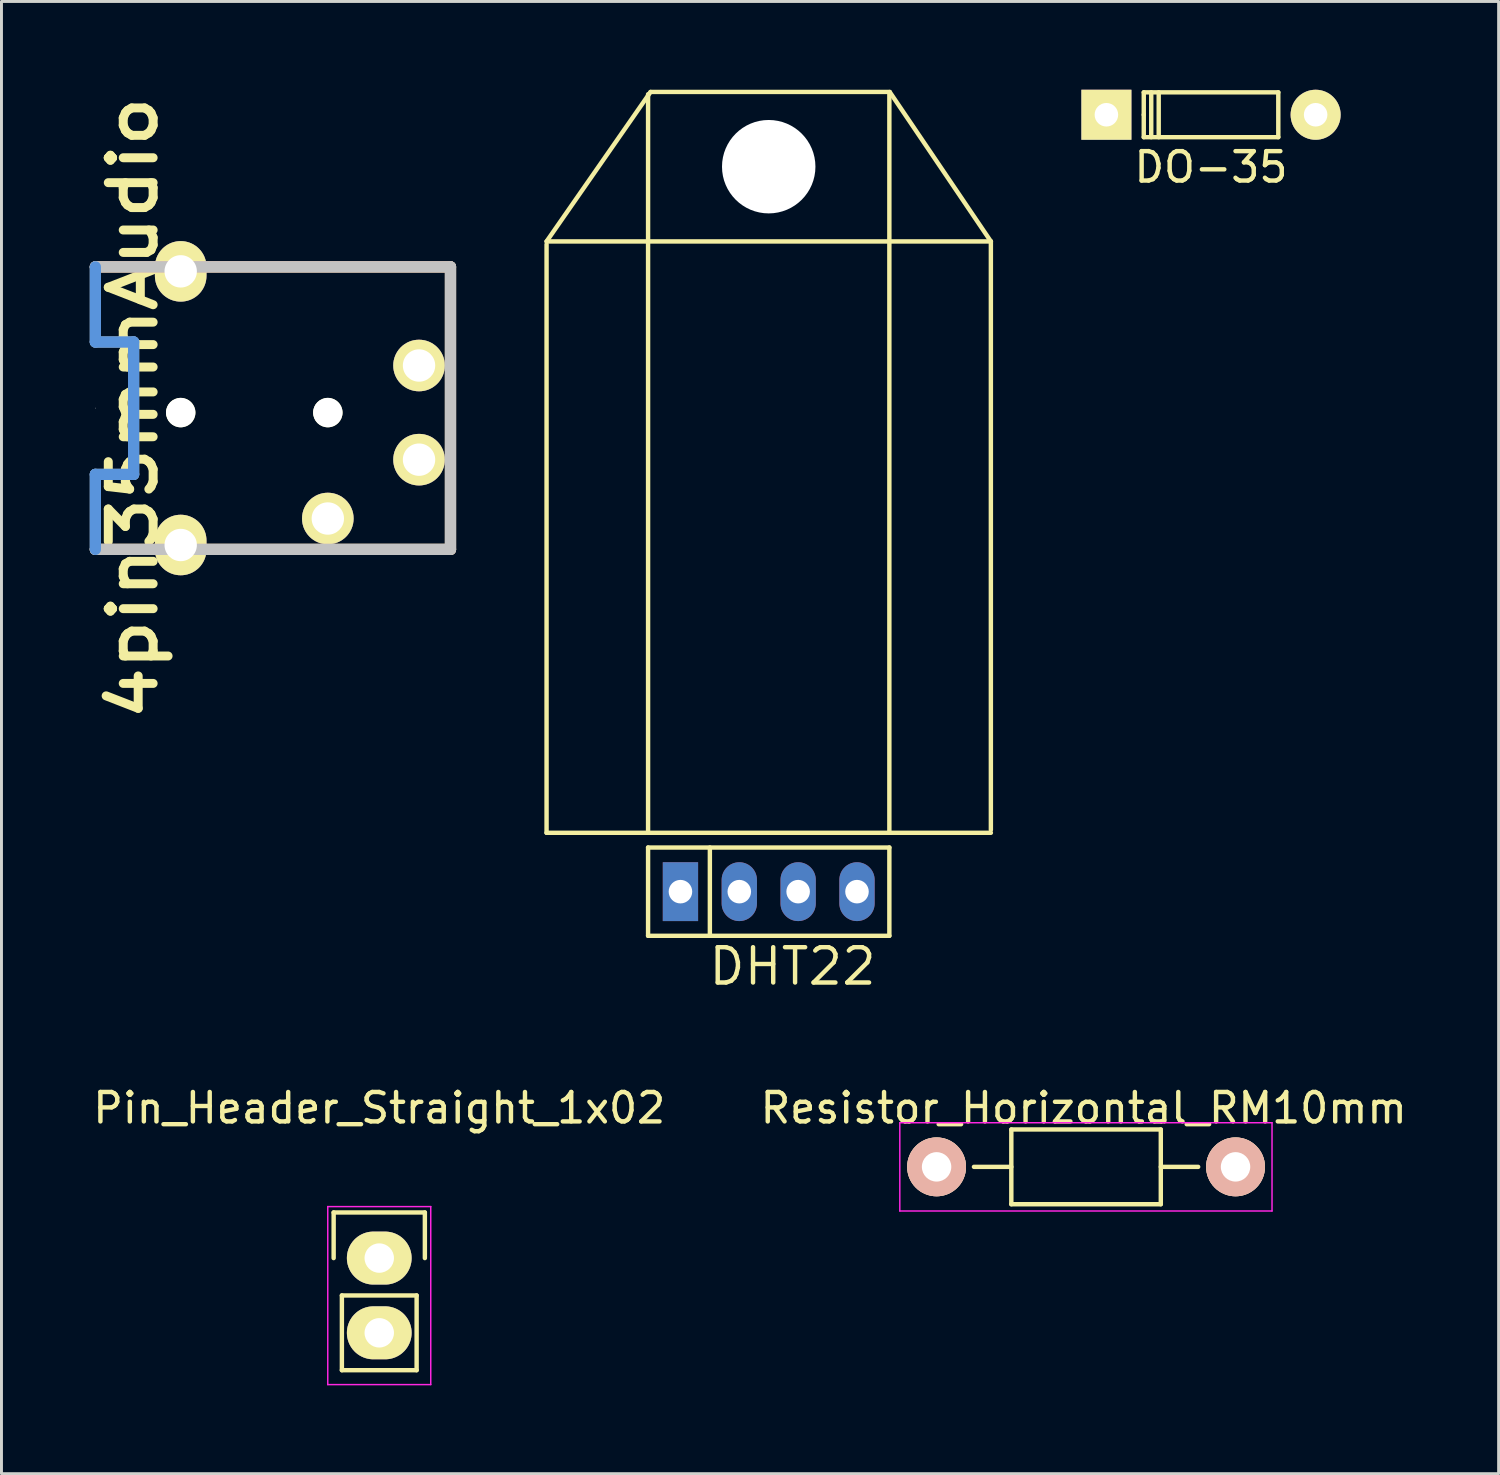
<source format=kicad_pcb>
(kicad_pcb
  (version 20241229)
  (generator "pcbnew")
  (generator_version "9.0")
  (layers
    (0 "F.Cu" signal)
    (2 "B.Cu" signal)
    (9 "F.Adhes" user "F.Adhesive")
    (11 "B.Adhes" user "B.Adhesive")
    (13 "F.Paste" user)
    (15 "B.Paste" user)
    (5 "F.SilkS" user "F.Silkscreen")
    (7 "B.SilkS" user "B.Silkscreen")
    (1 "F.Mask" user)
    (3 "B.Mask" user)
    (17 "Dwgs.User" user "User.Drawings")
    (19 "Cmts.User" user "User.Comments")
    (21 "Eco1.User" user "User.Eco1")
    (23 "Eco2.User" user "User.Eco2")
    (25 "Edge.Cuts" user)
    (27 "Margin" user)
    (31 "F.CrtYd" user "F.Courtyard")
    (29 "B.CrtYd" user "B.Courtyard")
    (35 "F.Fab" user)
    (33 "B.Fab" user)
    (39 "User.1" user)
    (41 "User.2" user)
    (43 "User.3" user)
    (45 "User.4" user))
  (footprint "4pin35mmAudio"
    (layer "F.Cu")
    (at 3.091 6.172)
    (property "Reference" "4pin35mmAudio" (at -1.626 4.648 90) (layer "F.SilkS") (effects (font (size 1.524 1.778) (thickness 0.305))))
    (attr through_hole)
    (fp_line (start -2.9 -0.152) (end 9.169 -0.152) (stroke (width 0.381) (type solid)) (layer "F.SilkS"))
    (fp_line (start 9.169 -0.152) (end 9.169 9.449) (stroke (width 0.381) (type solid)) (layer "F.SilkS"))
    (fp_line (start 9.169 9.449) (end -2.9 9.449) (stroke (width 0.381) (type solid)) (layer "F.SilkS"))
    (fp_line (start -2.9 -0.152) (end 9.169 -0.152) (stroke (width 0.381) (type solid)) (layer "B.SilkS"))
    (fp_line (start 9.169 -0.152) (end 9.169 9.449) (stroke (width 0.381) (type solid)) (layer "B.SilkS"))
    (fp_line (start 9.169 9.449) (end -2.9 9.449) (stroke (width 0.381) (type solid)) (layer "B.SilkS"))
    (fp_line (start -2.9 -0.152) (end -2.9 2.4) (stroke (width 0.381) (type solid)) (layer "Dwgs.User"))
    (fp_line (start -2.9 2.4) (end -1.6 2.4) (stroke (width 0.381) (type solid)) (layer "Dwgs.User"))
    (fp_line (start -2.9 4.648) (end -2.9 4.648) (stroke (width 0.025) (type solid)) (layer "Dwgs.User"))
    (fp_line (start -2.9 6.9) (end -2.9 9.449) (stroke (width 0.381) (type solid)) (layer "Dwgs.User"))
    (fp_line (start -2.9 9.449) (end 9.169 9.449) (stroke (width 0.381) (type solid)) (layer "Dwgs.User"))
    (fp_line (start -1.6 2.4) (end -1.6 6.9) (stroke (width 0.381) (type solid)) (layer "Dwgs.User"))
    (fp_line (start -1.6 6.9) (end -2.9 6.9) (stroke (width 0.381) (type solid)) (layer "Dwgs.User"))
    (fp_line (start 9.169 -0.152) (end -2.9 -0.152) (stroke (width 0.381) (type solid)) (layer "Dwgs.User"))
    (fp_line (start 9.169 9.449) (end 9.169 -0.152) (stroke (width 0.381) (type solid)) (layer "Dwgs.User"))
    (fp_line (start -2.9 2.4) (end -2.9 -0.152) (stroke (width 0.381) (type solid)) (layer "Cmts.User"))
    (fp_line (start -2.9 2.4) (end -1.6 2.4) (stroke (width 0.381) (type solid)) (layer "Cmts.User"))
    (fp_line (start -2.9 9.449) (end -2.9 6.9) (stroke (width 0.381) (type solid)) (layer "Cmts.User"))
    (fp_line (start -1.6 2.4) (end -1.6 6.9) (stroke (width 0.381) (type solid)) (layer "Cmts.User"))
    (fp_line (start -1.6 6.9) (end -2.9 6.9) (stroke (width 0.381) (type solid)) (layer "Cmts.User"))
    (pad "" np_thru_hole circle (at 0 4.8) (size 1 1) (drill 1) (layers "*.Cu" "*.Mask" "F.SilkS"))
    (pad "" np_thru_hole circle (at 5 4.8) (size 1 1) (drill 1) (layers "*.Cu" "*.Mask" "F.SilkS"))
    (pad "1" thru_hole oval (at 0 0) (size 1.753 2.057) (drill 1.1) (layers "*.Cu" "*.Mask" "F.SilkS"))
    (pad "2" thru_hole circle (at 5 8.4) (size 1.753 1.753) (drill 1.1) (layers "*.Cu" "*.Mask" "F.SilkS"))
    (pad "3" thru_hole circle (at 8.1 3.2) (size 1.753 1.753) (drill 1.1) (layers "*.Cu" "*.Mask" "F.SilkS"))
    (pad "4" thru_hole oval (at 0 9.3) (size 1.753 2.057) (drill 1.1) (layers "*.Cu" "*.Mask" "F.SilkS"))
    (pad "5" thru_hole circle (at 8.1 6.4) (size 1.753 1.753) (drill 1.1) (layers "*.Cu" "*.Mask" "F.SilkS")))
  (footprint "DHT22"
    (layer "F.Cu")
    (at 20.075 27.253)
    (property "Reference" "DHT22" (at 3.81 2.54 0) (layer "F.SilkS") (effects (font (size 1.2 1.2) (thickness 0.15))))
    (attr through_hole)
    (fp_line (start -4.55 -22.098) (end -1.016 -27.178) (stroke (width 0.15) (type solid)) (layer "F.SilkS"))
    (fp_line (start -4.55 -22.098) (end 10.55 -22.098) (stroke (width 0.15) (type solid)) (layer "F.SilkS"))
    (fp_line (start -4.55 -2) (end -4.55 -22) (stroke (width 0.15) (type solid)) (layer "F.SilkS"))
    (fp_line (start -4.55 -2) (end 10.55 -2) (stroke (width 0.15) (type solid)) (layer "F.SilkS"))
    (fp_line (start -1.1 -2) (end -1.1 -27.1) (stroke (width 0.15) (type solid)) (layer "F.SilkS"))
    (fp_line (start -1.1 -1.5) (end 7.1 -1.5) (stroke (width 0.15) (type solid)) (layer "F.SilkS"))
    (fp_line (start -1.1 1.5) (end -1.1 -1.5) (stroke (width 0.15) (type solid)) (layer "F.SilkS"))
    (fp_line (start -1.016 -27.178) (end 7.112 -27.178) (stroke (width 0.15) (type solid)) (layer "F.SilkS"))
    (fp_line (start 1 -1.5) (end 1 1.5) (stroke (width 0.15) (type solid)) (layer "F.SilkS"))
    (fp_line (start 7.1 -2) (end 7.1 -27.1) (stroke (width 0.15) (type solid)) (layer "F.SilkS"))
    (fp_line (start 7.1 -1.5) (end 7.1 1.5) (stroke (width 0.15) (type solid)) (layer "F.SilkS"))
    (fp_line (start 7.1 1.5) (end -1.1 1.5) (stroke (width 0.15) (type solid)) (layer "F.SilkS"))
    (fp_line (start 7.112 -27.178) (end 10.55 -22.098) (stroke (width 0.15) (type solid)) (layer "F.SilkS"))
    (fp_line (start 10.55 -2.098) (end 10.55 -22.098) (stroke (width 0.15) (type solid)) (layer "F.SilkS"))
    (pad "" np_thru_hole circle (at 3 -24.638) (size 3.175 3.175) (drill 3.175) (layers "*.Cu" "*.Mask"))
    (pad "1" thru_hole rect (at 0 0) (size 1.2 2) (drill 0.8) (layers "*.Cu" "*.Mask"))
    (pad "2" thru_hole oval (at 2 0) (size 1.2 2) (drill 0.8) (layers "*.Cu" "*.Mask"))
    (pad "3" thru_hole oval (at 4 0) (size 1.2 2) (drill 0.8) (layers "*.Cu" "*.Mask"))
    (pad "4" thru_hole oval (at 6 0) (size 1.2 2) (drill 0.8) (layers "*.Cu" "*.Mask")))
  (footprint "Resistor_Horizontal_RM10mm"
    (layer "F.Cu")
    (at 28.78 36.606)
    (property "Reference" "Resistor_Horizontal_RM10mm" (at 5 -2 0) (layer "F.SilkS") (effects (font (size 1 1) (thickness 0.15))))
    (attr through_hole)
    (fp_line (start 2.54 -1.27) (end 7.62 -1.27) (stroke (width 0.15) (type solid)) (layer "F.SilkS"))
    (fp_line (start 2.54 0) (end 1.27 0) (stroke (width 0.15) (type solid)) (layer "F.SilkS"))
    (fp_line (start 2.54 1.27) (end 2.54 -1.27) (stroke (width 0.15) (type solid)) (layer "F.SilkS"))
    (fp_line (start 7.62 -1.27) (end 7.62 1.27) (stroke (width 0.15) (type solid)) (layer "F.SilkS"))
    (fp_line (start 7.62 0) (end 8.89 0) (stroke (width 0.15) (type solid)) (layer "F.SilkS"))
    (fp_line (start 7.62 1.27) (end 2.54 1.27) (stroke (width 0.15) (type solid)) (layer "F.SilkS"))
    (fp_line (start -1.25 -1.5) (end 11.4 -1.5) (stroke (width 0.05) (type solid)) (layer "F.CrtYd"))
    (fp_line (start -1.25 1.5) (end -1.25 -1.5) (stroke (width 0.05) (type solid)) (layer "F.CrtYd"))
    (fp_line (start -1.25 1.5) (end 11.4 1.5) (stroke (width 0.05) (type solid)) (layer "F.CrtYd"))
    (fp_line (start 11.4 -1.5) (end 11.4 1.5) (stroke (width 0.05) (type solid)) (layer "F.CrtYd"))
    (pad "1" thru_hole circle (at 0 0) (size 2 2) (drill 1) (layers "*.Cu" "*.SilkS" "*.Mask"))
    (pad "2" thru_hole circle (at 10.16 0) (size 2 2) (drill 1) (layers "*.Cu" "*.SilkS" "*.Mask")))
  (footprint "DO-35"
    (layer "F.Cu")
    (at 34.55 0.853)
    (property "Reference" "DO-35" (at 3.556 1.778 0) (layer "F.SilkS") (effects (font (size 1 1) (thickness 0.15))))
    (attr through_hole)
    (fp_line (start 1.271 -0.765) (end 1.271 -0.003) (stroke (width 0.15) (type solid)) (layer "F.SilkS"))
    (fp_line (start 1.271 -0.003) (end 1.271 0.759) (stroke (width 0.15) (type solid)) (layer "F.SilkS"))
    (fp_line (start 1.271 0.759) (end 5.843 0.759) (stroke (width 0.15) (type solid)) (layer "F.SilkS"))
    (fp_line (start 1.525 -0.765) (end 1.525 0.759) (stroke (width 0.15) (type solid)) (layer "F.SilkS"))
    (fp_line (start 1.779 -0.765) (end 1.779 0.759) (stroke (width 0.15) (type solid)) (layer "F.SilkS"))
    (fp_line (start 5.843 -0.765) (end 1.271 -0.765) (stroke (width 0.15) (type solid)) (layer "F.SilkS"))
    (fp_line (start 5.843 0.759) (end 5.843 -0.765) (stroke (width 0.15) (type solid)) (layer "F.SilkS"))
    (pad "1" thru_hole rect (at 0.001 -0.003 180) (size 1.7 1.7) (drill 0.8) (layers "*.Cu" "*.Mask" "F.SilkS"))
    (pad "2" thru_hole circle (at 7.112 -0.003 180) (size 1.7 1.7) (drill 0.8) (layers "*.Cu" "*.Mask" "F.SilkS")))
  (footprint "Pin_Header_Straight_1x02"
    (layer "F.Cu")
    (at 9.839 39.706)
    (property "Reference" "Pin_Header_Straight_1x02" (at 0 -5.1 0) (layer "F.SilkS") (effects (font (size 1 1) (thickness 0.15))))
    (attr through_hole)
    (fp_line (start -1.55 -1.55) (end 1.55 -1.55) (stroke (width 0.15) (type solid)) (layer "F.SilkS"))
    (fp_line (start -1.55 0) (end -1.55 -1.55) (stroke (width 0.15) (type solid)) (layer "F.SilkS"))
    (fp_line (start -1.27 1.27) (end -1.27 3.81) (stroke (width 0.15) (type solid)) (layer "F.SilkS"))
    (fp_line (start -1.27 3.81) (end 1.27 3.81) (stroke (width 0.15) (type solid)) (layer "F.SilkS"))
    (fp_line (start 1.27 1.27) (end -1.27 1.27) (stroke (width 0.15) (type solid)) (layer "F.SilkS"))
    (fp_line (start 1.27 1.27) (end 1.27 3.81) (stroke (width 0.15) (type solid)) (layer "F.SilkS"))
    (fp_line (start 1.55 -1.55) (end 1.55 0) (stroke (width 0.15) (type solid)) (layer "F.SilkS"))
    (fp_line (start -1.75 -1.75) (end -1.75 4.3) (stroke (width 0.05) (type solid)) (layer "F.CrtYd"))
    (fp_line (start -1.75 -1.75) (end 1.75 -1.75) (stroke (width 0.05) (type solid)) (layer "F.CrtYd"))
    (fp_line (start -1.75 4.3) (end 1.75 4.3) (stroke (width 0.05) (type solid)) (layer "F.CrtYd"))
    (fp_line (start 1.75 -1.75) (end 1.75 4.3) (stroke (width 0.05) (type solid)) (layer "F.CrtYd"))
    (pad "1" thru_hole oval (at 0 0) (size 2.2 1.8) (drill 1) (layers "*.Cu" "*.Mask" "F.SilkS"))
    (pad "2" thru_hole oval (at 0 2.54) (size 2.2 1.8) (drill 1) (layers "*.Cu" "*.Mask" "F.SilkS")))
  (gr_rect
    (start -3 -3)
    (end 47.881 47.032)
    (stroke (width 0.1) (type default))
    (fill no)
    (layer "Edge.Cuts")))
</source>
